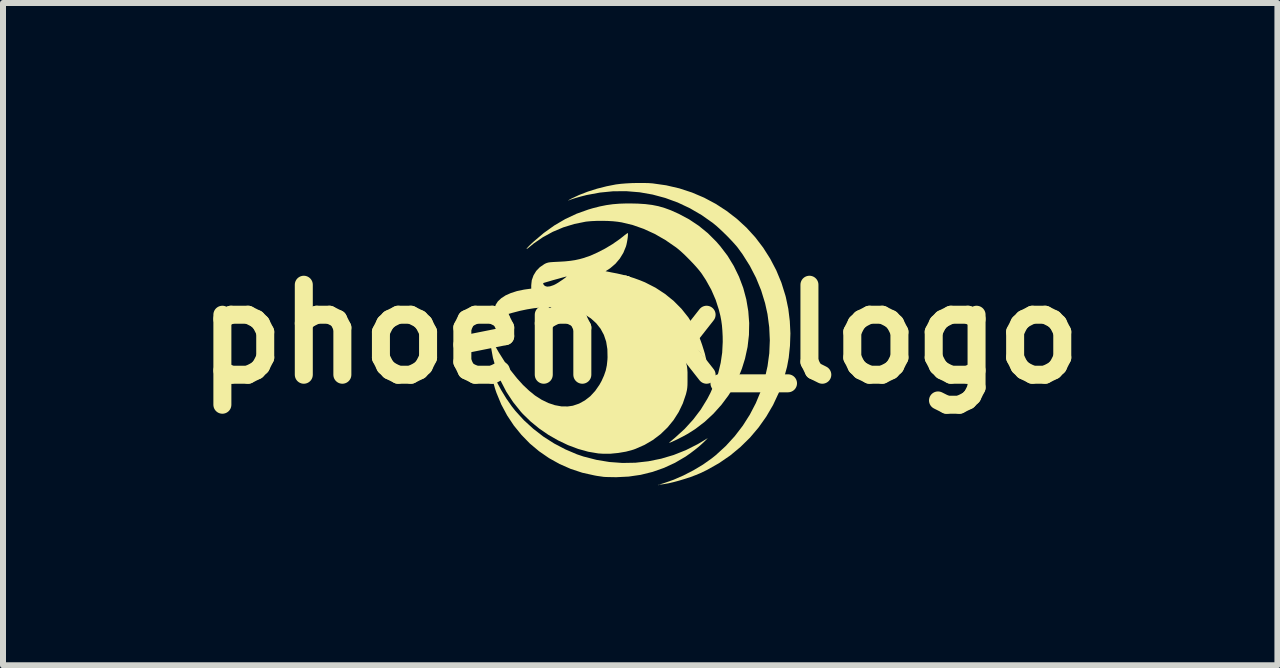
<source format=kicad_pcb>
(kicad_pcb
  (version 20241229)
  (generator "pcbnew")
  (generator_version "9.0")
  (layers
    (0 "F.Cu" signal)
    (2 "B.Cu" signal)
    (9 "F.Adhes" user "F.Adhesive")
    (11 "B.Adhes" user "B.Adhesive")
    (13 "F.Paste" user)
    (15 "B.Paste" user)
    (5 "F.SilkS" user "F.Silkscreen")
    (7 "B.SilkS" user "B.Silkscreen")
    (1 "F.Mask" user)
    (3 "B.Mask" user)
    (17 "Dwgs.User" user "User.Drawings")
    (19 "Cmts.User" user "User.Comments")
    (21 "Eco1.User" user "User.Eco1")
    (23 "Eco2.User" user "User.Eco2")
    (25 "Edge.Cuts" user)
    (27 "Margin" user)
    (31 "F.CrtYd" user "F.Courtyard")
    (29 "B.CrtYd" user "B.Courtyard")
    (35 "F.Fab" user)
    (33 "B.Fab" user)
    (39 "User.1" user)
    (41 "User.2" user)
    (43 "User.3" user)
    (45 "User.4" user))
  (footprint "phoenix_logo"
    (layer "F.Cu")
    (at 7.621 2.518)
    (property "Reference" "phoenix_logo" (at 0 0 0) (layer "F.SilkS") (effects (font (size 1.5 1.5) (thickness 0.3))))
    (attr board_only exclude_from_pos_files exclude_from_bom)
    (fp_poly (pts (xy 0.306 2.516) (xy 0.301 2.521) (xy 0.296 2.516) (xy 0.301 2.51)) (stroke (width 0) (type solid)) (fill yes) (layer "F.SilkS"))
    (fp_poly (pts (xy -2.496 0.563) (xy -2.487 0.582) (xy -2.473 0.613) (xy -2.459 0.646) (xy -2.396 0.787) (xy -2.319 0.931) (xy -2.233 1.072) (xy -2.142 1.203) (xy -2.079 1.283) (xy -1.938 1.437) (xy -1.781 1.58) (xy -1.613 1.71) (xy -1.433 1.825) (xy -1.246 1.923) (xy -1.054 2.005) (xy -0.944 2.042) (xy -0.73 2.097) (xy -0.513 2.133) (xy -0.296 2.149) (xy -0.079 2.145) (xy 0.136 2.121) (xy 0.349 2.078) (xy 0.558 2.016) (xy 0.762 1.935) (xy 0.96 1.835) (xy 1.072 1.768) (xy 1.128 1.733) (xy 1.087 1.776) (xy 1.04 1.821) (xy 0.981 1.874) (xy 0.913 1.929) (xy 0.843 1.982) (xy 0.774 2.031) (xy 0.755 2.044) (xy 0.581 2.146) (xy 0.397 2.231) (xy 0.206 2.298) (xy 0.008 2.347) (xy -0.192 2.376) (xy -0.394 2.386) (xy -0.416 2.386) (xy -0.473 2.385) (xy -0.527 2.384) (xy -0.571 2.383) (xy -0.601 2.381) (xy -0.607 2.381) (xy -0.634 2.377) (xy -0.675 2.371) (xy -0.724 2.364) (xy -0.761 2.357) (xy -0.964 2.312) (xy -1.158 2.248) (xy -1.344 2.166) (xy -1.52 2.068) (xy -1.685 1.954) (xy -1.839 1.825) (xy -1.979 1.681) (xy -2.106 1.525) (xy -2.218 1.356) (xy -2.315 1.175) (xy -2.394 0.984) (xy -2.407 0.947) (xy -2.422 0.901) (xy -2.437 0.846) (xy -2.453 0.786) (xy -2.468 0.725) (xy -2.481 0.668) (xy -2.492 0.618) (xy -2.498 0.58) (xy -2.5 0.56)) (stroke (width 0) (type solid)) (fill yes) (layer "F.SilkS"))
    (fp_poly (pts (xy 0.141 -2.516) (xy 0.209 -2.511) (xy 0.434 -2.479) (xy 0.653 -2.428) (xy 0.864 -2.359) (xy 1.066 -2.273) (xy 1.259 -2.17) (xy 1.441 -2.052) (xy 1.612 -1.92) (xy 1.772 -1.773) (xy 1.918 -1.613) (xy 2.05 -1.44) (xy 2.167 -1.256) (xy 2.269 -1.061) (xy 2.354 -0.856) (xy 2.421 -0.641) (xy 2.428 -0.615) (xy 2.469 -0.42) (xy 2.494 -0.217) (xy 2.504 -0.011) (xy 2.497 0.195) (xy 2.476 0.395) (xy 2.448 0.546) (xy 2.388 0.767) (xy 2.31 0.98) (xy 2.215 1.183) (xy 2.102 1.376) (xy 1.974 1.557) (xy 1.831 1.726) (xy 1.672 1.882) (xy 1.5 2.025) (xy 1.313 2.153) (xy 1.115 2.265) (xy 1.005 2.318) (xy 0.928 2.35) (xy 0.841 2.383) (xy 0.746 2.414) (xy 0.65 2.443) (xy 0.557 2.468) (xy 0.472 2.488) (xy 0.398 2.501) (xy 0.372 2.505) (xy 0.311 2.511) (xy 0.394 2.486) (xy 0.559 2.428) (xy 0.726 2.355) (xy 0.89 2.27) (xy 1.047 2.176) (xy 1.191 2.074) (xy 1.26 2.019) (xy 1.427 1.866) (xy 1.577 1.702) (xy 1.711 1.527) (xy 1.828 1.343) (xy 1.928 1.151) (xy 2.011 0.951) (xy 2.076 0.745) (xy 2.123 0.535) (xy 2.152 0.321) (xy 2.161 0.104) (xy 2.151 -0.114) (xy 2.122 -0.333) (xy 2.082 -0.514) (xy 2.016 -0.729) (xy 1.931 -0.937) (xy 1.827 -1.138) (xy 1.706 -1.33) (xy 1.616 -1.453) (xy 1.575 -1.5) (xy 1.523 -1.557) (xy 1.464 -1.619) (xy 1.4 -1.682) (xy 1.336 -1.743) (xy 1.277 -1.797) (xy 1.225 -1.84) (xy 1.214 -1.849) (xy 1.026 -1.982) (xy 0.83 -2.096) (xy 0.627 -2.192) (xy 0.419 -2.268) (xy 0.207 -2.325) (xy -0.009 -2.363) (xy -0.228 -2.381) (xy -0.449 -2.38) (xy -0.671 -2.358) (xy -0.893 -2.317) (xy -0.991 -2.292) (xy -1.044 -2.277) (xy -1.092 -2.263) (xy -1.132 -2.25) (xy -1.157 -2.241) (xy -1.159 -2.241) (xy -1.189 -2.229) (xy -1.201 -2.226) (xy -1.195 -2.231) (xy -1.172 -2.244) (xy -1.148 -2.257) (xy -1.018 -2.318) (xy -0.873 -2.374) (xy -0.718 -2.423) (xy -0.56 -2.463) (xy -0.403 -2.494) (xy -0.393 -2.495) (xy -0.321 -2.504) (xy -0.234 -2.511) (xy -0.139 -2.516) (xy -0.041 -2.518) (xy 0.055 -2.518)) (stroke (width 0) (type solid)) (fill yes) (layer "F.SilkS"))
    (fp_poly (pts (xy -0.039 -2.174) (xy 0.086 -2.166) (xy 0.198 -2.152) (xy 0.304 -2.131) (xy 0.407 -2.101) (xy 0.511 -2.063) (xy 0.62 -2.014) (xy 0.638 -2.006) (xy 0.815 -1.912) (xy 0.977 -1.804) (xy 1.128 -1.681) (xy 1.268 -1.541) (xy 1.335 -1.464) (xy 1.457 -1.304) (xy 1.561 -1.133) (xy 1.648 -0.954) (xy 1.718 -0.768) (xy 1.769 -0.577) (xy 1.802 -0.381) (xy 1.817 -0.183) (xy 1.813 0.016) (xy 1.79 0.215) (xy 1.747 0.412) (xy 1.696 0.576) (xy 1.668 0.647) (xy 1.632 0.728) (xy 1.591 0.813) (xy 1.547 0.895) (xy 1.505 0.97) (xy 1.472 1.022) (xy 1.354 1.18) (xy 1.222 1.327) (xy 1.077 1.462) (xy 0.923 1.58) (xy 0.8 1.659) (xy 0.759 1.682) (xy 0.713 1.707) (xy 0.664 1.732) (xy 0.617 1.756) (xy 0.572 1.777) (xy 0.533 1.795) (xy 0.504 1.807) (xy 0.486 1.813) (xy 0.482 1.811) (xy 0.485 1.809) (xy 0.496 1.799) (xy 0.52 1.779) (xy 0.552 1.752) (xy 0.582 1.727) (xy 0.74 1.583) (xy 0.883 1.426) (xy 1.01 1.259) (xy 1.119 1.081) (xy 1.169 0.985) (xy 1.244 0.814) (xy 1.302 0.647) (xy 1.342 0.48) (xy 1.367 0.31) (xy 1.376 0.132) (xy 1.375 0.041) (xy 1.37 -0.058) (xy 1.363 -0.144) (xy 1.352 -0.223) (xy 1.337 -0.303) (xy 1.315 -0.39) (xy 1.312 -0.403) (xy 1.258 -0.571) (xy 1.185 -0.739) (xy 1.094 -0.902) (xy 1.023 -1.01) (xy 0.983 -1.062) (xy 0.931 -1.123) (xy 0.87 -1.189) (xy 0.805 -1.256) (xy 0.74 -1.321) (xy 0.677 -1.379) (xy 0.62 -1.427) (xy 0.597 -1.445) (xy 0.42 -1.567) (xy 0.24 -1.67) (xy 0.058 -1.753) (xy -0.124 -1.817) (xy -0.307 -1.861) (xy -0.378 -1.872) (xy -0.452 -1.88) (xy -0.539 -1.885) (xy -0.633 -1.887) (xy -0.727 -1.886) (xy -0.815 -1.882) (xy -0.892 -1.875) (xy -0.913 -1.872) (xy -1.1 -1.834) (xy -1.282 -1.778) (xy -1.457 -1.704) (xy -1.622 -1.614) (xy -1.775 -1.509) (xy -1.836 -1.459) (xy -1.869 -1.432) (xy -1.888 -1.419) (xy -1.895 -1.417) (xy -1.89 -1.427) (xy -1.874 -1.446) (xy -1.848 -1.473) (xy -1.813 -1.507) (xy -1.777 -1.54) (xy -1.606 -1.685) (xy -1.431 -1.81) (xy -1.25 -1.916) (xy -1.061 -2.005) (xy -0.865 -2.075) (xy -0.791 -2.097) (xy -0.673 -2.127) (xy -0.563 -2.149) (xy -0.456 -2.164) (xy -0.344 -2.173) (xy -0.221 -2.177) (xy -0.179 -2.177)) (stroke (width 0) (type solid)) (fill yes) (layer "F.SilkS"))
    (fp_poly (pts (xy -0.204 -1.675) (xy -0.204 -1.65) (xy -0.207 -1.614) (xy -0.213 -1.572) (xy -0.221 -1.527) (xy -0.23 -1.485) (xy -0.239 -1.455) (xy -0.281 -1.353) (xy -0.34 -1.257) (xy -0.412 -1.172) (xy -0.496 -1.1) (xy -0.52 -1.083) (xy -0.577 -1.047) (xy -0.541 -1.04) (xy -0.516 -1.035) (xy -0.478 -1.027) (xy -0.43 -1.018) (xy -0.388 -1.01) (xy -0.299 -0.99) (xy -0.2 -0.963) (xy -0.099 -0.931) (xy -0.003 -0.896) (xy 0.08 -0.862) (xy 0.082 -0.861) (xy 0.256 -0.772) (xy 0.415 -0.668) (xy 0.559 -0.551) (xy 0.689 -0.42) (xy 0.803 -0.277) (xy 0.901 -0.12) (xy 0.983 0.049) (xy 0.984 0.05) (xy 1.009 0.113) (xy 1.034 0.185) (xy 1.057 0.258) (xy 1.078 0.327) (xy 1.092 0.387) (xy 1.098 0.413) (xy 1.105 0.454) (xy 1.064 0.393) (xy 0.998 0.305) (xy 0.923 0.227) (xy 0.843 0.163) (xy 0.761 0.114) (xy 0.717 0.096) (xy 0.682 0.086) (xy 0.643 0.078) (xy 0.606 0.072) (xy 0.575 0.07) (xy 0.555 0.072) (xy 0.551 0.076) (xy 0.557 0.086) (xy 0.572 0.107) (xy 0.594 0.137) (xy 0.604 0.15) (xy 0.652 0.223) (xy 0.698 0.308) (xy 0.738 0.397) (xy 0.767 0.482) (xy 0.767 0.485) (xy 0.776 0.52) (xy 0.782 0.554) (xy 0.786 0.592) (xy 0.789 0.638) (xy 0.789 0.697) (xy 0.789 0.735) (xy 0.789 0.801) (xy 0.788 0.853) (xy 0.785 0.894) (xy 0.78 0.93) (xy 0.772 0.966) (xy 0.763 1.003) (xy 0.711 1.156) (xy 0.642 1.3) (xy 0.556 1.435) (xy 0.455 1.558) (xy 0.34 1.669) (xy 0.212 1.766) (xy 0.072 1.848) (xy -0.078 1.914) (xy -0.117 1.928) (xy -0.235 1.96) (xy -0.364 1.982) (xy -0.496 1.995) (xy -0.623 1.995) (xy -0.699 1.99) (xy -0.865 1.962) (xy -1.034 1.915) (xy -1.202 1.852) (xy -1.368 1.773) (xy -1.529 1.681) (xy -1.683 1.575) (xy -1.825 1.459) (xy -1.955 1.333) (xy -1.99 1.294) (xy -2.119 1.133) (xy -2.231 0.962) (xy -2.324 0.782) (xy -2.398 0.594) (xy -2.454 0.399) (xy -2.491 0.196) (xy -2.499 0.13) (xy -2.502 0.093) (xy -2.504 0.065) (xy -2.504 0.052) (xy -2.504 0.051) (xy -2.498 0.059) (xy -2.485 0.081) (xy -2.467 0.112) (xy -2.463 0.12) (xy -2.359 0.302) (xy -2.257 0.464) (xy -2.156 0.609) (xy -2.055 0.736) (xy -1.954 0.848) (xy -1.851 0.945) (xy -1.754 1.024) (xy -1.645 1.094) (xy -1.533 1.149) (xy -1.422 1.186) (xy -1.312 1.206) (xy -1.206 1.207) (xy -1.123 1.195) (xy -1.019 1.16) (xy -0.921 1.106) (xy -0.831 1.036) (xy -0.75 0.948) (xy -0.679 0.846) (xy -0.643 0.781) (xy -0.603 0.692) (xy -0.574 0.608) (xy -0.556 0.523) (xy -0.546 0.428) (xy -0.544 0.386) (xy -0.547 0.252) (xy -0.567 0.127) (xy -0.605 0.014) (xy -0.66 -0.088) (xy -0.732 -0.179) (xy -0.82 -0.259) (xy -0.925 -0.327) (xy -0.964 -0.347) (xy -1.031 -0.378) (xy -1.092 -0.401) (xy -1.153 -0.419) (xy -1.217 -0.431) (xy -1.289 -0.439) (xy -1.374 -0.444) (xy -1.434 -0.446) (xy -1.55 -0.447) (xy -1.661 -0.442) (xy -1.771 -0.43) (xy -1.883 -0.412) (xy -2.003 -0.387) (xy -2.133 -0.353) (xy -2.257 -0.317) (xy -2.319 -0.299) (xy -2.363 -0.286) (xy -2.393 -0.28) (xy -2.412 -0.278) (xy -2.421 -0.28) (xy -2.423 -0.283) (xy -2.429 -0.312) (xy -2.43 -0.353) (xy -2.427 -0.4) (xy -2.42 -0.445) (xy -2.411 -0.48) (xy -2.409 -0.487) (xy -2.372 -0.545) (xy -2.316 -0.597) (xy -2.244 -0.644) (xy -2.156 -0.683) (xy -2.054 -0.716) (xy -1.939 -0.74) (xy -1.906 -0.745) (xy -1.816 -0.757) (xy -1.816 -0.81) (xy -1.813 -0.844) (xy -1.618 -0.844) (xy -1.612 -0.826) (xy -1.612 -0.826) (xy -1.588 -0.801) (xy -1.551 -0.79) (xy -1.503 -0.795) (xy -1.446 -0.814) (xy -1.42 -0.826) (xy -1.393 -0.841) (xy -1.36 -0.861) (xy -1.325 -0.885) (xy -1.29 -0.908) (xy -1.26 -0.93) (xy -1.238 -0.947) (xy -1.227 -0.957) (xy -1.228 -0.959) (xy -1.239 -0.957) (xy -1.267 -0.949) (xy -1.306 -0.939) (xy -1.354 -0.925) (xy -1.406 -0.911) (xy -1.46 -0.896) (xy -1.51 -0.881) (xy -1.555 -0.868) (xy -1.589 -0.858) (xy -1.609 -0.852) (xy -1.61 -0.852) (xy -1.618 -0.844) (xy -1.813 -0.844) (xy -1.807 -0.897) (xy -1.778 -0.978) (xy -1.733 -1.052) (xy -1.672 -1.115) (xy -1.597 -1.166) (xy -1.59 -1.17) (xy -1.569 -1.18) (xy -1.549 -1.187) (xy -1.526 -1.193) (xy -1.497 -1.197) (xy -1.457 -1.2) (xy -1.403 -1.203) (xy -1.357 -1.205) (xy -1.255 -1.211) (xy -1.167 -1.22) (xy -1.087 -1.232) (xy -1.009 -1.249) (xy -0.944 -1.267) (xy -0.83 -1.306) (xy -0.71 -1.36) (xy -0.586 -1.424) (xy -0.464 -1.497) (xy -0.349 -1.577) (xy -0.288 -1.624) (xy -0.256 -1.65) (xy -0.229 -1.67) (xy -0.212 -1.682) (xy -0.208 -1.684)) (stroke (width 0) (type solid)) (fill yes) (layer "F.SilkS")))
  (gr_rect
    (start -3 -3)
    (end 18.243 8.039)
    (stroke (width 0.1) (type default))
    (fill no)
    (layer "Edge.Cuts")))
</source>
